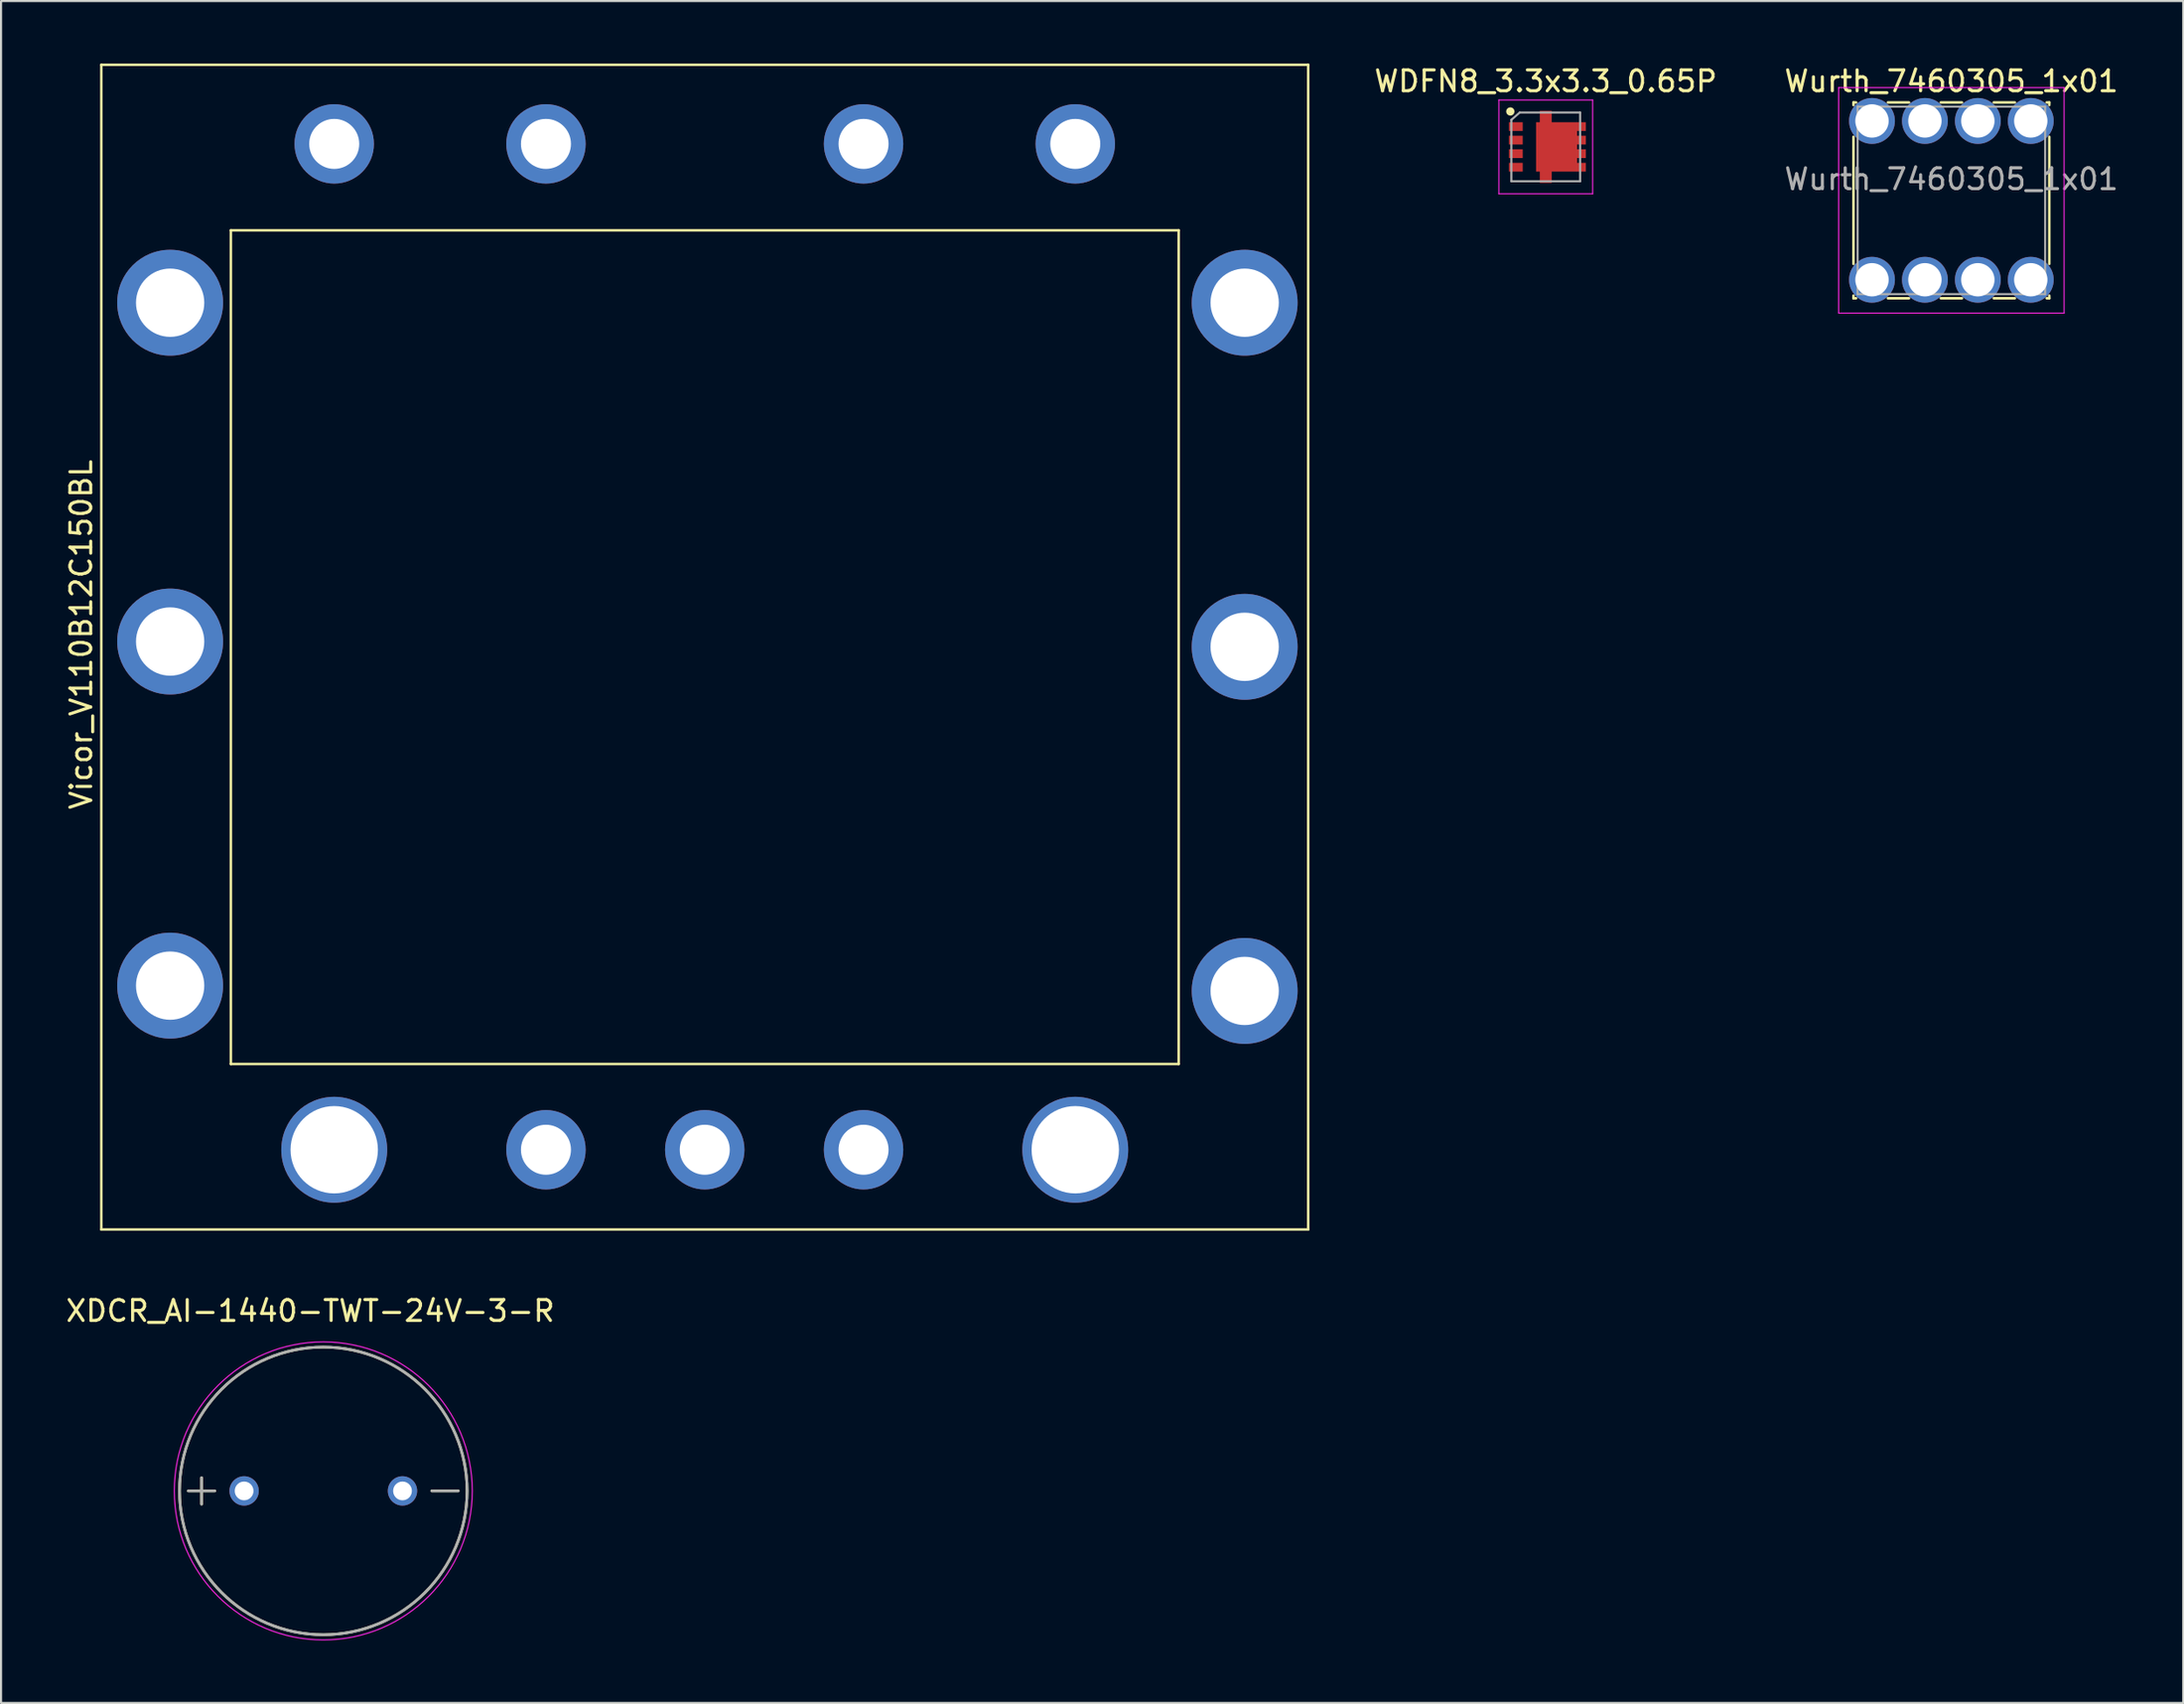
<source format=kicad_pcb>
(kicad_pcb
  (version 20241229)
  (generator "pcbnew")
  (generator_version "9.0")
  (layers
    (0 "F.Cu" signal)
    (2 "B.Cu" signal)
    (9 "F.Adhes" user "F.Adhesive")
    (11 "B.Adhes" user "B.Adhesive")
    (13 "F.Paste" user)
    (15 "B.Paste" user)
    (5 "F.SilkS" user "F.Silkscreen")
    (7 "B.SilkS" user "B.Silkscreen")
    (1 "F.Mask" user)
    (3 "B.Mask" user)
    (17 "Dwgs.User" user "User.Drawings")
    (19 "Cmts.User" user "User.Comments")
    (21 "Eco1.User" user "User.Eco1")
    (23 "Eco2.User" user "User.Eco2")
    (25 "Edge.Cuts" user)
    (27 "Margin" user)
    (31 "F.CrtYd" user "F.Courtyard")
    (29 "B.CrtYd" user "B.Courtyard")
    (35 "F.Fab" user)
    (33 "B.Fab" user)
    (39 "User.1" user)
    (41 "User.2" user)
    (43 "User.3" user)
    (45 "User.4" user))
  (footprint "WDFN8_3.3x3.3_0.65P"
    (layer "F.Cu")
    (at 71.124 3.998)
    (property "Reference" "WDFN8_3.3x3.3_0.65P" (at 0 -3.15 0) (layer "F.SilkS") (effects (font (size 1 1) (thickness 0.15))))
    (attr through_hole)
    (fp_circle (center -1.7 -1.7) (end -1.7 -1.8) (stroke (width 0.2) (type solid)) (fill no) (layer "F.SilkS"))
    (fp_line (start -2.25 -2.25) (end -2.25 2.25) (stroke (width 0.05) (type solid)) (layer "F.CrtYd"))
    (fp_line (start -2.25 2.25) (end 2.25 2.25) (stroke (width 0.05) (type solid)) (layer "F.CrtYd"))
    (fp_line (start 2.25 -2.25) (end -2.25 -2.25) (stroke (width 0.05) (type solid)) (layer "F.CrtYd"))
    (fp_line (start 2.25 2.25) (end 2.25 -2.25) (stroke (width 0.05) (type solid)) (layer "F.CrtYd"))
    (fp_line (start -1.65 -1.3) (end -1.65 1.65) (stroke (width 0.1) (type solid)) (layer "F.Fab"))
    (fp_line (start -1.65 -1.3) (end -1.25 -1.65) (stroke (width 0.1) (type solid)) (layer "F.Fab"))
    (fp_line (start -1.65 1.65) (end 1.65 1.65) (stroke (width 0.1) (type solid)) (layer "F.Fab"))
    (fp_line (start 1.65 -1.65) (end -1.25 -1.65) (stroke (width 0.1) (type solid)) (layer "F.Fab"))
    (fp_line (start 1.65 1.65) (end 1.65 -1.65) (stroke (width 0.1) (type solid)) (layer "F.Fab"))
    (pad "1" smd rect (at -1.435 -0.975 90) (size 0.42 0.66) (layers "F.Cu" "F.Mask" "F.Paste"))
    (pad "1" smd rect (at -1.435 -0.325 90) (size 0.42 0.66) (layers "F.Cu" "F.Mask" "F.Paste"))
    (pad "1" smd rect (at -1.435 0.325 90) (size 0.42 0.66) (layers "F.Cu" "F.Mask" "F.Paste"))
    (pad "2" smd rect (at -1.435 0.975 90) (size 0.42 0.66) (layers "F.Cu" "F.Mask" "F.Paste"))
    (pad "3" smd custom (at 0 0 90) (size 0.7 0.7) (layers "F.Cu" "F.Mask" "F.Paste") (options (anchor rect)) (primitives (gr_poly (pts (xy -1.73 0.285) (xy -1.73 -0.285) (xy -1.185 -0.285) (xy -1.185 -0.465) (xy 1.185 -0.465) (xy 1.185 -0.285) (xy 1.73 -0.285) (xy 1.73 0.285) (xy 1.185 0.285) (xy 1.185 1.925) (xy 0.765 1.925) (xy 0.765 1.505) (xy 0.535 1.505) (xy 0.535 1.925) (xy 0.115 1.925) (xy 0.115 1.505) (xy -0.115 1.505) (xy -0.115 1.925) (xy -0.535 1.925) (xy -0.535 1.505) (xy -0.765 1.505) (xy -0.765 1.925) (xy -1.185 1.925) (xy -1.185 0.285)) (width 0) (fill yes)))))
  (footprint "XDCR_AI-1440-TWT-24V-3-R"
    (layer "F.Cu")
    (at 12.464 68.483)
    (property "Reference" "XDCR_AI-1440-TWT-24V-3-R" (at -0.625 -8.635 0) (layer "F.SilkS") (effects (font (size 1 1) (thickness 0.15))))
    (attr through_hole)
    (fp_line (start -6.477 0) (end -5.207 0) (stroke (width 0.127) (type solid)) (layer "F.SilkS"))
    (fp_line (start -5.842 -0.635) (end -5.842 0.635) (stroke (width 0.127) (type solid)) (layer "F.SilkS"))
    (fp_line (start 5.207 0) (end 6.477 0) (stroke (width 0.127) (type solid)) (layer "F.SilkS"))
    (fp_circle (center 0 0) (end 6.9 0) (stroke (width 0.127) (type solid)) (fill no) (layer "F.SilkS"))
    (fp_circle (center 0 0) (end 7.15 0) (stroke (width 0.05) (type solid)) (fill no) (layer "F.CrtYd"))
    (fp_line (start -6.477 0) (end -5.207 0) (stroke (width 0.127) (type solid)) (layer "F.Fab"))
    (fp_line (start -5.842 -0.635) (end -5.842 0.635) (stroke (width 0.127) (type solid)) (layer "F.Fab"))
    (fp_line (start 5.207 0) (end 6.477 0) (stroke (width 0.127) (type solid)) (layer "F.Fab"))
    (fp_circle (center 0 0) (end 6.9 0) (stroke (width 0.127) (type solid)) (fill no) (layer "F.Fab"))
    (pad "1" thru_hole circle (at -3.8 0) (size 1.408 1.408) (drill 0.9) (layers "*.Cu" "*.Mask"))
    (pad "2" thru_hole circle (at 3.8 0) (size 1.408 1.408) (drill 0.9) (layers "*.Cu" "*.Mask")))
  (footprint "Wurth_7460305_1x01"
    (layer "F.Cu")
    (at 86.778 2.753)
    (property "Reference" "Wurth_7460305_1x01" (at 3.81 -1.905 0) (layer "F.SilkS") (effects (font (size 1 1) (thickness 0.15))))
    (attr through_hole)
    (fp_line (start -0.889 -0.889) (end -0.762 -0.889) (stroke (width 0.12) (type solid)) (layer "F.SilkS"))
    (fp_line (start -0.889 -0.762) (end -0.889 -0.889) (stroke (width 0.12) (type solid)) (layer "F.SilkS"))
    (fp_line (start -0.889 6.858) (end -0.889 0.762) (stroke (width 0.12) (type solid)) (layer "F.SilkS"))
    (fp_line (start -0.889 8.509) (end -0.889 8.382) (stroke (width 0.12) (type solid)) (layer "F.SilkS"))
    (fp_line (start -0.762 8.509) (end -0.889 8.509) (stroke (width 0.12) (type solid)) (layer "F.SilkS"))
    (fp_line (start 0.762 -0.889) (end 1.778 -0.889) (stroke (width 0.12) (type solid)) (layer "F.SilkS"))
    (fp_line (start 0.762 8.509) (end 1.778 8.509) (stroke (width 0.12) (type solid)) (layer "F.SilkS"))
    (fp_line (start 3.302 -0.889) (end 4.318 -0.889) (stroke (width 0.12) (type solid)) (layer "F.SilkS"))
    (fp_line (start 3.302 8.509) (end 4.318 8.509) (stroke (width 0.12) (type solid)) (layer "F.SilkS"))
    (fp_line (start 5.842 -0.889) (end 6.858 -0.889) (stroke (width 0.12) (type solid)) (layer "F.SilkS"))
    (fp_line (start 5.842 8.509) (end 6.858 8.509) (stroke (width 0.12) (type solid)) (layer "F.SilkS"))
    (fp_line (start 8.382 -0.889) (end 8.509 -0.889) (stroke (width 0.12) (type solid)) (layer "F.SilkS"))
    (fp_line (start 8.509 -0.889) (end 8.509 -0.762) (stroke (width 0.12) (type solid)) (layer "F.SilkS"))
    (fp_line (start 8.509 6.858) (end 8.509 0.762) (stroke (width 0.12) (type solid)) (layer "F.SilkS"))
    (fp_line (start 8.509 8.382) (end 8.509 8.509) (stroke (width 0.12) (type solid)) (layer "F.SilkS"))
    (fp_line (start 8.509 8.509) (end 8.382 8.509) (stroke (width 0.12) (type solid)) (layer "F.SilkS"))
    (fp_line (start -1.6 -1.6) (end 9.22 -1.6) (stroke (width 0.05) (type solid)) (layer "F.CrtYd"))
    (fp_line (start -1.6 9.22) (end -1.6 -1.6) (stroke (width 0.05) (type solid)) (layer "F.CrtYd"))
    (fp_line (start -1.6 9.22) (end 9.22 9.22) (stroke (width 0.05) (type solid)) (layer "F.CrtYd"))
    (fp_line (start 9.22 -1.6) (end 9.22 9.22) (stroke (width 0.05) (type solid)) (layer "F.CrtYd"))
    (fp_line (start -0.69 -0.69) (end 8.31 -0.69) (stroke (width 0.1) (type solid)) (layer "F.Fab"))
    (fp_line (start -0.69 8.31) (end -0.69 -0.69) (stroke (width 0.1) (type solid)) (layer "F.Fab"))
    (fp_line (start 8.31 -0.69) (end 8.31 8.31) (stroke (width 0.1) (type solid)) (layer "F.Fab"))
    (fp_line (start 8.31 8.31) (end -0.69 8.31) (stroke (width 0.1) (type solid)) (layer "F.Fab"))
    (fp_text user "${REFERENCE}" (at 3.81 2.794 0) (layer "F.Fab") (effects (font (size 1 1) (thickness 0.15))))
    (pad "1" thru_hole circle (at 0 0) (size 2.2 2.2) (drill 1.6) (layers "*.Cu" "*.Mask"))
    (pad "1" thru_hole circle (at 0 7.62) (size 2.2 2.2) (drill 1.6) (layers "*.Cu" "*.Mask"))
    (pad "1" thru_hole circle (at 2.54 0) (size 2.2 2.2) (drill 1.6) (layers "*.Cu" "*.Mask"))
    (pad "1" thru_hole circle (at 2.54 7.62) (size 2.2 2.2) (drill 1.6) (layers "*.Cu" "*.Mask"))
    (pad "1" thru_hole circle (at 5.08 0) (size 2.2 2.2) (drill 1.6) (layers "*.Cu" "*.Mask"))
    (pad "1" thru_hole circle (at 5.08 7.62) (size 2.2 2.2) (drill 1.6) (layers "*.Cu" "*.Mask"))
    (pad "1" thru_hole circle (at 7.62 0) (size 2.2 2.2) (drill 1.6) (layers "*.Cu" "*.Mask"))
    (pad "1" thru_hole circle (at 7.62 7.62) (size 2.2 2.2) (drill 1.6) (layers "*.Cu" "*.Mask")))
  (footprint "Vicor_V110B12C150BL"
    (layer "F.Cu")
    (at 30.768 27.984)
    (property "Reference" "Vicor_V110B12C150BL" (at -29.92 -0.59 270) (layer "F.SilkS") (effects (font (size 1 1) (thickness 0.15))))
    (attr through_hole)
    (fp_line (start -28.956 -27.924) (end -28.956 27.956) (stroke (width 0.12) (type solid)) (layer "F.SilkS"))
    (fp_line (start -28.956 -27.924) (end 28.956 -27.924) (stroke (width 0.12) (type solid)) (layer "F.SilkS"))
    (fp_line (start -28.956 27.956) (end 28.956 27.956) (stroke (width 0.12) (type solid)) (layer "F.SilkS"))
    (fp_line (start -22.74 -19.984) (end 22.74 -19.984) (stroke (width 0.12) (type solid)) (layer "F.SilkS"))
    (fp_line (start -22.74 20.016) (end -22.74 -19.984) (stroke (width 0.12) (type solid)) (layer "F.SilkS"))
    (fp_line (start -22.74 20.016) (end 22.74 20.016) (stroke (width 0.12) (type solid)) (layer "F.SilkS"))
    (fp_line (start 22.74 20.016) (end 22.74 -19.984) (stroke (width 0.12) (type solid)) (layer "F.SilkS"))
    (fp_line (start 28.956 -27.924) (end 28.956 27.956) (stroke (width 0.12) (type solid)) (layer "F.SilkS"))
    (pad "1" thru_hole circle (at -17.78 -24.13) (size 3.81 3.81) (drill 2.4) (layers "*.Cu" "*.Mask"))
    (pad "2" thru_hole circle (at -7.62 -24.13) (size 3.81 3.81) (drill 2.4) (layers "*.Cu" "*.Mask"))
    (pad "3" thru_hole circle (at 7.62 -24.13) (size 3.81 3.81) (drill 2.4) (layers "*.Cu" "*.Mask"))
    (pad "4" thru_hole circle (at 17.78 -24.13) (size 3.81 3.81) (drill 2.4) (layers "*.Cu" "*.Mask"))
    (pad "5" thru_hole circle (at 17.78 24.13) (size 5.08 5.08) (drill 4.191) (layers "*.Cu" "*.Mask"))
    (pad "6" thru_hole circle (at 7.62 24.13) (size 3.81 3.81) (drill 2.4) (layers "*.Cu" "*.Mask"))
    (pad "7" thru_hole circle (at 0 24.13) (size 3.81 3.81) (drill 2.4) (layers "*.Cu" "*.Mask"))
    (pad "8" thru_hole circle (at -7.62 24.13) (size 3.81 3.81) (drill 2.4) (layers "*.Cu" "*.Mask"))
    (pad "9" thru_hole circle (at -17.78 24.13) (size 5.08 5.08) (drill 4.191) (layers "*.Cu" "*.Mask"))
    (pad "10" thru_hole circle (at -25.654 -16.51) (size 5.08 5.08) (drill 3.277) (layers "*.Cu" "*.Mask"))
    (pad "11" thru_hole circle (at -25.654 -0.254) (size 5.08 5.08) (drill 3.277) (layers "*.Cu" "*.Mask"))
    (pad "12" thru_hole circle (at -25.654 16.256) (size 5.08 5.08) (drill 3.277) (layers "*.Cu" "*.Mask"))
    (pad "13" thru_hole circle (at 25.908 -16.51) (size 5.08 5.08) (drill 3.277) (layers "*.Cu" "*.Mask"))
    (pad "14" thru_hole circle (at 25.908 0) (size 5.08 5.08) (drill 3.277) (layers "*.Cu" "*.Mask"))
    (pad "15" thru_hole circle (at 25.908 16.51) (size 5.08 5.08) (drill 3.277) (layers "*.Cu" "*.Mask")))
  (gr_rect
    (start -3 -3)
    (end 101.713 78.658)
    (stroke (width 0.1) (type default))
    (fill no)
    (layer "Edge.Cuts")))
</source>
